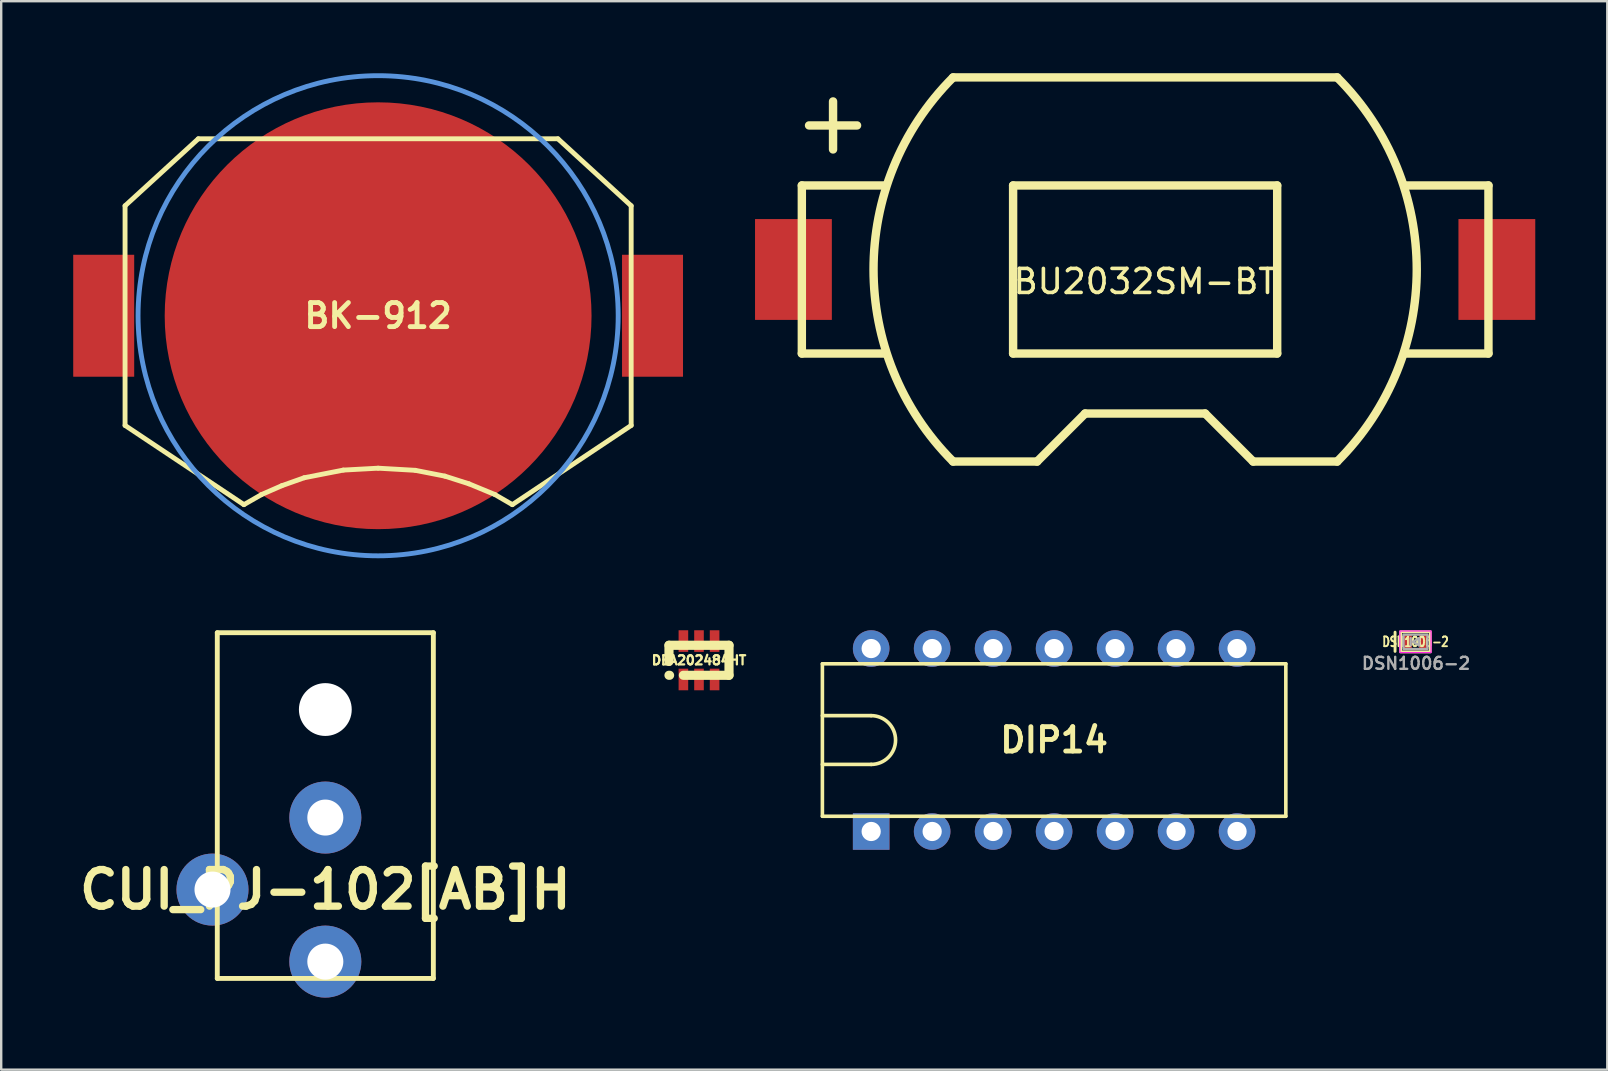
<source format=kicad_pcb>
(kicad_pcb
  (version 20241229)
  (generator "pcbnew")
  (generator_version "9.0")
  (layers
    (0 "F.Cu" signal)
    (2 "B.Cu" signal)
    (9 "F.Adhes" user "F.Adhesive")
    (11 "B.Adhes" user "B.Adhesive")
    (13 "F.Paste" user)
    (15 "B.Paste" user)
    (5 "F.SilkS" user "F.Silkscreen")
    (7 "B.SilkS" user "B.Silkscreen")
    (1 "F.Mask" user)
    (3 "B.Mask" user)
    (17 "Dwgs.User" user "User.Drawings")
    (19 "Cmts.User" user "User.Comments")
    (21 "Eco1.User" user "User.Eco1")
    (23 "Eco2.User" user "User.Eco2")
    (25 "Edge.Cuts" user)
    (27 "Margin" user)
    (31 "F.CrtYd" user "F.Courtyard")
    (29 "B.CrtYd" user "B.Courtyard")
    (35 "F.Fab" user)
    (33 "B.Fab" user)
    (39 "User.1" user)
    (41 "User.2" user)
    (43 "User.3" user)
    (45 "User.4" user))
  (footprint "BU2032SM-BT"
    (layer "F.Cu")
    (at 44.65 8.175)
    (property "Reference" "BU2032SM-BT" (at 0 0.5 0) (layer "F.SilkS") (effects (font (size 1 1) (thickness 0.15))))
    (attr through_hole)
    (fp_line (start -14.3 -3.5) (end -14.3 3.5) (stroke (width 0.35) (type solid)) (layer "F.SilkS"))
    (fp_line (start -14.3 -3.5) (end -10.8 -3.5) (stroke (width 0.35) (type solid)) (layer "F.SilkS"))
    (fp_line (start -14.3 3.5) (end -10.8 3.5) (stroke (width 0.35) (type solid)) (layer "F.SilkS"))
    (fp_line (start -14 -6) (end -12 -6) (stroke (width 0.35) (type solid)) (layer "F.SilkS"))
    (fp_line (start -13 -7) (end -13 -5) (stroke (width 0.35) (type solid)) (layer "F.SilkS"))
    (fp_line (start -8 -8) (end 8 -8) (stroke (width 0.35) (type solid)) (layer "F.SilkS"))
    (fp_line (start -8 8) (end -4.5 8) (stroke (width 0.35) (type solid)) (layer "F.SilkS"))
    (fp_line (start -5.5 -3.5) (end 5.5 -3.5) (stroke (width 0.35) (type solid)) (layer "F.SilkS"))
    (fp_line (start -5.5 3.5) (end -5.5 -3.5) (stroke (width 0.35) (type solid)) (layer "F.SilkS"))
    (fp_line (start -4.5 8) (end -2.5 6) (stroke (width 0.35) (type solid)) (layer "F.SilkS"))
    (fp_line (start -2.5 6) (end 2.5 6) (stroke (width 0.35) (type solid)) (layer "F.SilkS"))
    (fp_line (start 2.5 6) (end 4.5 8) (stroke (width 0.35) (type solid)) (layer "F.SilkS"))
    (fp_line (start 4.5 8) (end 8 8) (stroke (width 0.35) (type solid)) (layer "F.SilkS"))
    (fp_line (start 5.5 -3.5) (end 5.5 3.5) (stroke (width 0.35) (type solid)) (layer "F.SilkS"))
    (fp_line (start 5.5 3.5) (end -5.5 3.5) (stroke (width 0.35) (type solid)) (layer "F.SilkS"))
    (fp_line (start 14.3 -3.5) (end 10.8 -3.5) (stroke (width 0.35) (type solid)) (layer "F.SilkS"))
    (fp_line (start 14.3 -3.5) (end 14.3 3.5) (stroke (width 0.35) (type solid)) (layer "F.SilkS"))
    (fp_line (start 14.3 3.5) (end 10.8 3.5) (stroke (width 0.35) (type solid)) (layer "F.SilkS"))
    (fp_arc (start -8 8) (mid -11.313708 0) (end -8 -8) (stroke (width 0.35) (type solid)) (layer "F.SilkS"))
    (fp_arc (start 8 -8) (mid 11.313708 0) (end 8 8) (stroke (width 0.35) (type solid)) (layer "F.SilkS"))
    (pad "1" smd rect (at -14.65 0) (size 3.2 4.2) (layers "F.Cu" "F.Mask" "F.Paste"))
    (pad "2" smd rect (at 14.65 0) (size 3.2 4.2) (layers "F.Cu" "F.Mask" "F.Paste")))
  (footprint "BK-912"
    (layer "F.Cu")
    (at 12.7 10.102)
    (property "Reference" "BK-912" (at 0 0 0) (layer "F.SilkS") (effects (font (size 1.001 1.001) (thickness 0.203))))
    (attr through_hole)
    (fp_line (start -10.541 -4.58) (end -10.541 4.569) (stroke (width 0.203) (type solid)) (layer "F.SilkS"))
    (fp_line (start -7.49 -7.371) (end -10.541 -4.58) (stroke (width 0.203) (type solid)) (layer "F.SilkS"))
    (fp_line (start -7.49 -7.371) (end 7.49 -7.371) (stroke (width 0.203) (type solid)) (layer "F.SilkS"))
    (fp_line (start -5.591 7.869) (end -10.541 4.569) (stroke (width 0.203) (type solid)) (layer "F.SilkS"))
    (fp_line (start -5.591 7.869) (end -4.859 7.45) (stroke (width 0.203) (type solid)) (layer "F.SilkS"))
    (fp_line (start -4.859 7.45) (end -4.011 7.079) (stroke (width 0.203) (type solid)) (layer "F.SilkS"))
    (fp_line (start -4.011 7.079) (end -3.081 6.749) (stroke (width 0.203) (type solid)) (layer "F.SilkS"))
    (fp_line (start -3.081 6.749) (end -1.45 6.429) (stroke (width 0.203) (type solid)) (layer "F.SilkS"))
    (fp_line (start -1.45 6.429) (end 0 6.35) (stroke (width 0.203) (type solid)) (layer "F.SilkS"))
    (fp_line (start 0 6.35) (end 1.549 6.439) (stroke (width 0.203) (type solid)) (layer "F.SilkS"))
    (fp_line (start 1.549 6.439) (end 2.779 6.68) (stroke (width 0.203) (type solid)) (layer "F.SilkS"))
    (fp_line (start 2.779 6.68) (end 3.78 7) (stroke (width 0.203) (type solid)) (layer "F.SilkS"))
    (fp_line (start 3.78 7) (end 4.869 7.45) (stroke (width 0.203) (type solid)) (layer "F.SilkS"))
    (fp_line (start 4.869 7.45) (end 5.591 7.869) (stroke (width 0.203) (type solid)) (layer "F.SilkS"))
    (fp_line (start 5.591 7.869) (end 10.541 4.569) (stroke (width 0.203) (type solid)) (layer "F.SilkS"))
    (fp_line (start 10.541 -4.58) (end 7.49 -7.371) (stroke (width 0.203) (type solid)) (layer "F.SilkS"))
    (fp_line (start 10.541 -4.58) (end 10.541 4.569) (stroke (width 0.203) (type solid)) (layer "F.SilkS"))
    (fp_circle (center 0 0) (end 10 0) (stroke (width 0.203) (type solid)) (fill no) (layer "Cmts.User"))
    (pad "1" smd rect (at -11.43 0) (size 2.54 5.08) (layers "F.Cu" "F.Mask" "F.Paste"))
    (pad "1" smd rect (at 11.43 0) (size 2.54 5.08) (layers "F.Cu" "F.Mask" "F.Paste"))
    (pad "2" smd circle (at 0 0) (size 17.78 17.78) (layers "F.Cu" "F.Mask")))
  (footprint "CUI_PJ-102[AB]H"
    (layer "F.Cu")
    (at 10.501 34.005)
    (property "Reference" "CUI_PJ-102[AB]H" (at 0 0 0) (layer "F.SilkS") (effects (font (size 1.524 1.524) (thickness 0.305))))
    (attr through_hole)
    (fp_line (start -4.5 -10.7) (end 4.5 -10.7) (stroke (width 0.203) (type solid)) (layer "F.SilkS"))
    (fp_line (start -4.5 3.7) (end -4.5 -10.7) (stroke (width 0.203) (type solid)) (layer "F.SilkS"))
    (fp_line (start 4.5 -10.7) (end 4.5 3.7) (stroke (width 0.203) (type solid)) (layer "F.SilkS"))
    (fp_line (start 4.5 3.7) (end -4.5 3.7) (stroke (width 0.203) (type solid)) (layer "F.SilkS"))
    (pad "" np_thru_hole circle (at 0 -7.5) (size 2.2 2.2) (drill 2.2) (layers "*.Cu" "*.Mask"))
    (pad "1" thru_hole circle (at 0 3) (size 3 3) (drill 1.5) (layers "*.Cu" "*.Mask"))
    (pad "2" thru_hole circle (at 0 -3) (size 3 3) (drill 1.5) (layers "*.Cu" "*.Mask"))
    (pad "3" thru_hole circle (at -4.7 0) (size 3 3) (drill 1.5) (layers "*.Cu" "*.Mask")))
  (footprint "DEA202484HT"
    (layer "F.Cu")
    (at 26.066 24.453)
    (property "Reference" "DEA202484HT" (at 0 0 0) (layer "F.SilkS") (effects (font (size 0.381 0.381) (thickness 0.095))))
    (attr through_hole)
    (fp_line (start -1.25 -0.625) (end -1.25 0.05) (stroke (width 0.381) (type solid)) (layer "F.SilkS"))
    (fp_line (start -1.25 -0.625) (end 1.25 -0.625) (stroke (width 0.381) (type solid)) (layer "F.SilkS"))
    (fp_line (start -1.25 0.625) (end -1.225 0.625) (stroke (width 0.381) (type solid)) (layer "F.SilkS"))
    (fp_line (start 1.25 -0.625) (end 1.25 0.625) (stroke (width 0.381) (type solid)) (layer "F.SilkS"))
    (fp_line (start 1.25 0.625) (end -0.65 0.625) (stroke (width 0.381) (type solid)) (layer "F.SilkS"))
    (pad "1" smd rect (at -0.65 0.8) (size 0.4 0.9) (layers "F.Cu" "F.Mask" "F.Paste"))
    (pad "2" smd rect (at 0 0.8) (size 0.4 0.9) (layers "F.Cu" "F.Mask" "F.Paste"))
    (pad "3" smd rect (at 0.65 0.8) (size 0.4 0.9) (layers "F.Cu" "F.Mask" "F.Paste"))
    (pad "4" smd rect (at 0.65 -0.8) (size 0.4 0.9) (layers "F.Cu" "F.Mask" "F.Paste"))
    (pad "5" smd rect (at 0 -0.8) (size 0.4 0.9) (layers "F.Cu" "F.Mask" "F.Paste"))
    (pad "6" smd rect (at -0.65 -0.8) (size 0.4 0.9) (layers "F.Cu" "F.Mask" "F.Paste")))
  (footprint "DSN1006-2"
    (layer "F.Cu")
    (at 55.91 23.683)
    (property "Reference" "DSN1006-2" (at 0 0 0) (unlocked yes) (layer "F.SilkS") (effects (font (size 0.406 0.305) (thickness 0.076))))
    (attr smd)
    (fp_line (start -0.85 -0.4) (end -0.85 0.4) (stroke (width 0.12) (type solid)) (layer "F.SilkS"))
    (fp_rect (start -0.62 -0.42) (end 0.62 0.42) (stroke (width 0.12) (type solid)) (fill no) (layer "F.SilkS"))
    (fp_rect (start -0.65 -0.45) (end 0.65 0.45) (stroke (width 0.05) (type solid)) (fill no) (layer "F.CrtYd"))
    (fp_line (start -0.2 -0.15) (end -0.2 0.15) (stroke (width 0.1) (type solid)) (layer "F.Fab"))
    (fp_line (start -0.1 0) (end 0.15 -0.15) (stroke (width 0.1) (type solid)) (layer "F.Fab"))
    (fp_line (start 0.15 -0.15) (end 0.15 0.15) (stroke (width 0.1) (type solid)) (layer "F.Fab"))
    (fp_line (start 0.15 0.15) (end -0.1 0) (stroke (width 0.1) (type solid)) (layer "F.Fab"))
    (fp_rect (start -0.5 -0.3) (end 0.5 0.3) (stroke (width 0.1) (type solid)) (fill no) (layer "F.Fab"))
    (fp_text user "${REFERENCE}" (at 0.025 0.9 0) (unlocked yes) (layer "F.Fab") (effects (font (size 0.5 0.5) (thickness 0.1))))
    (pad "1" smd rect (at -0.325 0) (size 0.35 0.6) (layers "F.Cu" "F.Mask" "F.Paste"))
    (pad "2" smd rect (at 0.325 0) (size 0.35 0.6) (layers "F.Cu" "F.Mask" "F.Paste")))
  (footprint "DIP14"
    (layer "F.Cu")
    (at 40.858 27.775)
    (property "Reference" "DIP14" (at 0 0 0) (layer "F.SilkS") (effects (font (size 1.016 1.016) (thickness 0.203))))
    (attr through_hole)
    (fp_line (start -9.652 -1.016) (end -7.62 -1.016) (stroke (width 0.15) (type solid)) (layer "F.SilkS"))
    (fp_line (start -9.652 1.016) (end -7.62 1.016) (stroke (width 0.15) (type solid)) (layer "F.SilkS"))
    (fp_line (start -9.652 3.175) (end -9.652 -3.175) (stroke (width 0.15) (type solid)) (layer "F.SilkS"))
    (fp_line (start -9.652 3.175) (end 9.652 3.175) (stroke (width 0.15) (type solid)) (layer "F.SilkS"))
    (fp_line (start 9.652 -3.175) (end -9.652 -3.175) (stroke (width 0.15) (type solid)) (layer "F.SilkS"))
    (fp_line (start 9.652 3.175) (end 9.652 -3.175) (stroke (width 0.15) (type solid)) (layer "F.SilkS"))
    (fp_arc (start -7.62 -1.016) (mid -6.604 0) (end -7.62 1.016) (stroke (width 0.15) (type solid)) (layer "F.SilkS"))
    (pad "1" thru_hole rect (at -7.62 3.81) (size 1.524 1.524) (drill 0.8) (layers "*.Cu" "*.Mask"))
    (pad "2" thru_hole circle (at -5.08 3.81) (size 1.524 1.524) (drill 0.8) (layers "*.Cu" "*.Mask"))
    (pad "3" thru_hole circle (at -2.54 3.81) (size 1.524 1.524) (drill 0.8) (layers "*.Cu" "*.Mask"))
    (pad "4" thru_hole circle (at 0 3.81) (size 1.524 1.524) (drill 0.8) (layers "*.Cu" "*.Mask"))
    (pad "5" thru_hole circle (at 2.54 3.81) (size 1.524 1.524) (drill 0.8) (layers "*.Cu" "*.Mask"))
    (pad "6" thru_hole circle (at 5.08 3.81) (size 1.524 1.524) (drill 0.8) (layers "*.Cu" "*.Mask"))
    (pad "7" thru_hole circle (at 7.62 3.81) (size 1.524 1.524) (drill 0.8) (layers "*.Cu" "*.Mask"))
    (pad "8" thru_hole circle (at 7.62 -3.81) (size 1.524 1.524) (drill 0.8) (layers "*.Cu" "*.Mask"))
    (pad "9" thru_hole circle (at 5.08 -3.81) (size 1.524 1.524) (drill 0.8) (layers "*.Cu" "*.Mask"))
    (pad "10" thru_hole circle (at 2.54 -3.81) (size 1.524 1.524) (drill 0.8) (layers "*.Cu" "*.Mask"))
    (pad "11" thru_hole circle (at 0 -3.81) (size 1.524 1.524) (drill 0.8) (layers "*.Cu" "*.Mask"))
    (pad "12" thru_hole circle (at -2.54 -3.81) (size 1.524 1.524) (drill 0.8) (layers "*.Cu" "*.Mask"))
    (pad "13" thru_hole circle (at -5.08 -3.81) (size 1.524 1.524) (drill 0.8) (layers "*.Cu" "*.Mask"))
    (pad "14" thru_hole circle (at -7.62 -3.81) (size 1.524 1.524) (drill 0.8) (layers "*.Cu" "*.Mask")))
  (gr_rect
    (start -3 -3)
    (end 63.9 41.505)
    (stroke (width 0.1) (type default))
    (fill no)
    (layer "Edge.Cuts")))
</source>
